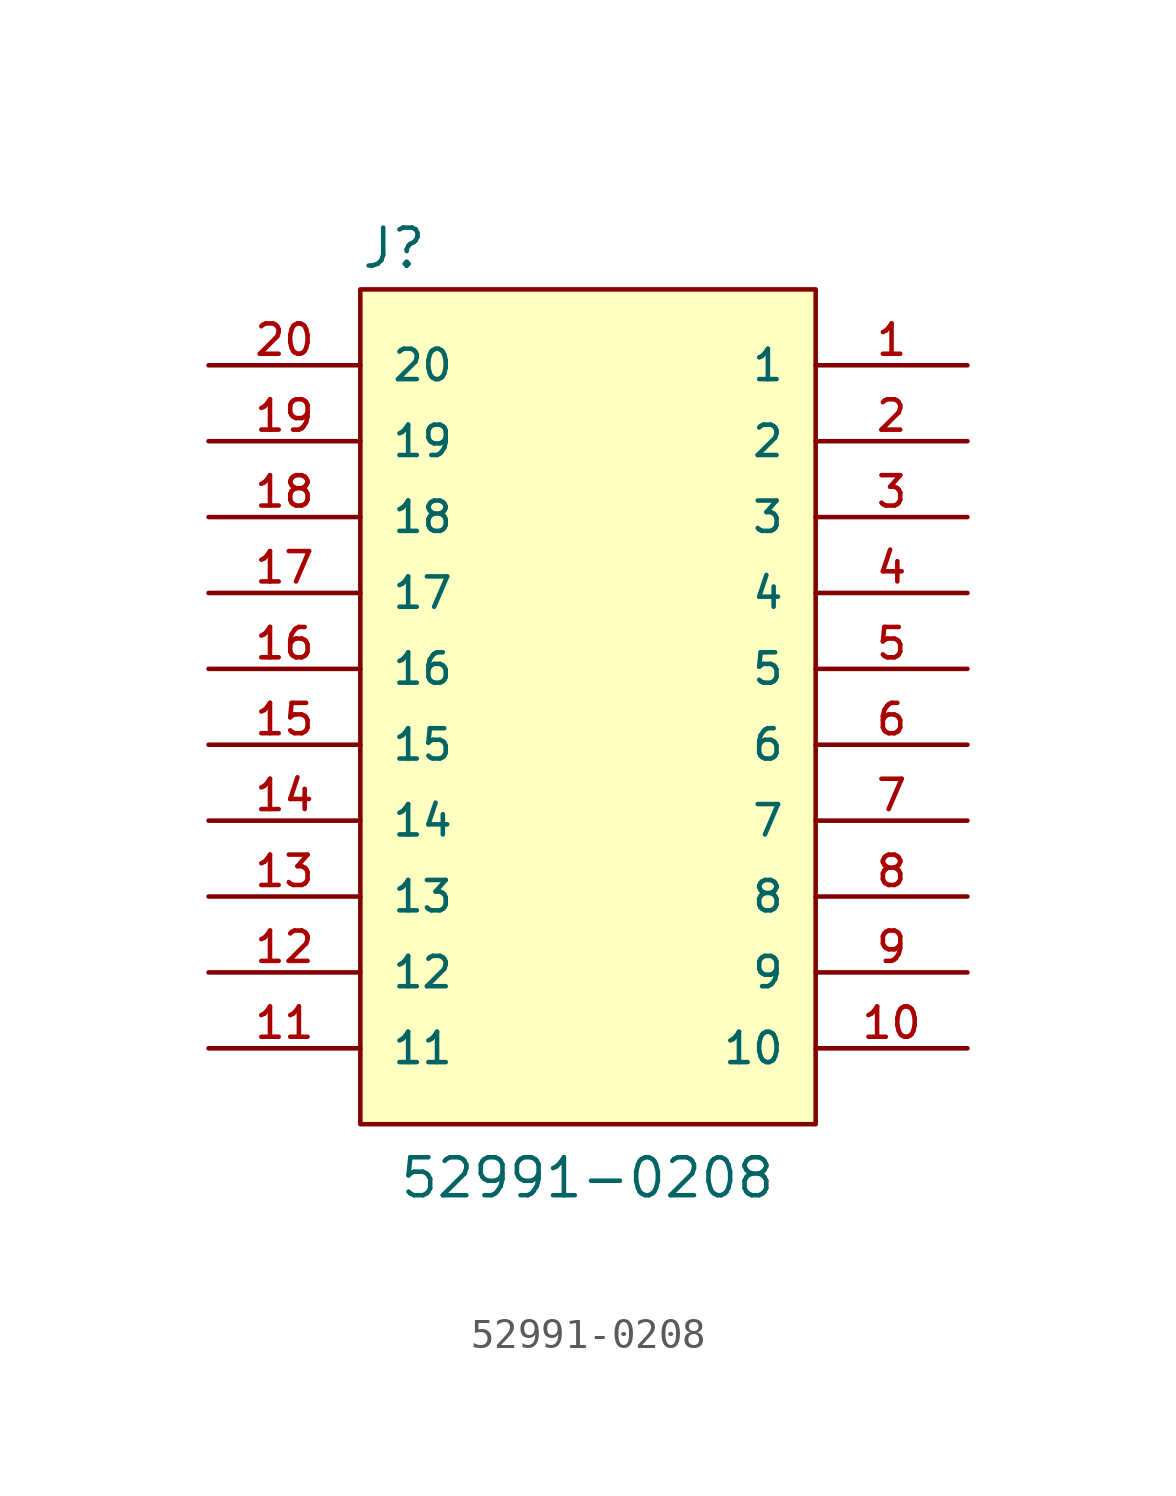
<source format=kicad_sym>
(kicad_symbol_lib
  (version 20231120)
  (generator "kicad_symbol_editor")
  (generator_version "8.0")
  (symbol "52991-0208"
    (pin_names
      (offset 1.016))
    (property "Reference" "J"
      (at -7.62 15.875 0)
      (effects (font (size 1.27 1.27)) (justify left bottom)))
    (property "Value" "52991-0208"
      (at -6.35 -15.24 0)
      (effects (font (size 1.27 1.27)) (justify left bottom)))
    (symbol "52991-0208_0_0"
      (rectangle (start -7.62 15.24) (end 7.62 -12.7) (stroke (width 0.152) (type default)) (fill (type background))))
    (symbol "52991-0208_1_0"
      (pin passive line (at 12.7 12.7 180) (length 5.08) (name "1" (effects (font (size 1.016 1.016)))) (number "1" (effects (font (size 1.016 1.016)))))
      (pin passive line (at 12.7 -10.16 180) (length 5.08) (name "10" (effects (font (size 1.016 1.016)))) (number "10" (effects (font (size 1.016 1.016)))))
      (pin passive line (at -12.7 -10.16 0) (length 5.08) (name "11" (effects (font (size 1.016 1.016)))) (number "11" (effects (font (size 1.016 1.016)))))
      (pin passive line (at -12.7 -7.62 0) (length 5.08) (name "12" (effects (font (size 1.016 1.016)))) (number "12" (effects (font (size 1.016 1.016)))))
      (pin passive line (at -12.7 -5.08 0) (length 5.08) (name "13" (effects (font (size 1.016 1.016)))) (number "13" (effects (font (size 1.016 1.016)))))
      (pin passive line (at -12.7 -2.54 0) (length 5.08) (name "14" (effects (font (size 1.016 1.016)))) (number "14" (effects (font (size 1.016 1.016)))))
      (pin passive line (at -12.7 0 0) (length 5.08) (name "15" (effects (font (size 1.016 1.016)))) (number "15" (effects (font (size 1.016 1.016)))))
      (pin passive line (at -12.7 2.54 0) (length 5.08) (name "16" (effects (font (size 1.016 1.016)))) (number "16" (effects (font (size 1.016 1.016)))))
      (pin passive line (at -12.7 5.08 0) (length 5.08) (name "17" (effects (font (size 1.016 1.016)))) (number "17" (effects (font (size 1.016 1.016)))))
      (pin passive line (at -12.7 7.62 0) (length 5.08) (name "18" (effects (font (size 1.016 1.016)))) (number "18" (effects (font (size 1.016 1.016)))))
      (pin passive line (at -12.7 10.16 0) (length 5.08) (name "19" (effects (font (size 1.016 1.016)))) (number "19" (effects (font (size 1.016 1.016)))))
      (pin passive line (at 12.7 10.16 180) (length 5.08) (name "2" (effects (font (size 1.016 1.016)))) (number "2" (effects (font (size 1.016 1.016)))))
      (pin passive line (at -12.7 12.7 0) (length 5.08) (name "20" (effects (font (size 1.016 1.016)))) (number "20" (effects (font (size 1.016 1.016)))))
      (pin passive line (at 12.7 7.62 180) (length 5.08) (name "3" (effects (font (size 1.016 1.016)))) (number "3" (effects (font (size 1.016 1.016)))))
      (pin passive line (at 12.7 5.08 180) (length 5.08) (name "4" (effects (font (size 1.016 1.016)))) (number "4" (effects (font (size 1.016 1.016)))))
      (pin passive line (at 12.7 2.54 180) (length 5.08) (name "5" (effects (font (size 1.016 1.016)))) (number "5" (effects (font (size 1.016 1.016)))))
      (pin passive line (at 12.7 0 180) (length 5.08) (name "6" (effects (font (size 1.016 1.016)))) (number "6" (effects (font (size 1.016 1.016)))))
      (pin passive line (at 12.7 -2.54 180) (length 5.08) (name "7" (effects (font (size 1.016 1.016)))) (number "7" (effects (font (size 1.016 1.016)))))
      (pin passive line (at 12.7 -5.08 180) (length 5.08) (name "8" (effects (font (size 1.016 1.016)))) (number "8" (effects (font (size 1.016 1.016)))))
      (pin passive line (at 12.7 -7.62 180) (length 5.08) (name "9" (effects (font (size 1.016 1.016)))) (number "9" (effects (font (size 1.016 1.016))))))))
</source>
